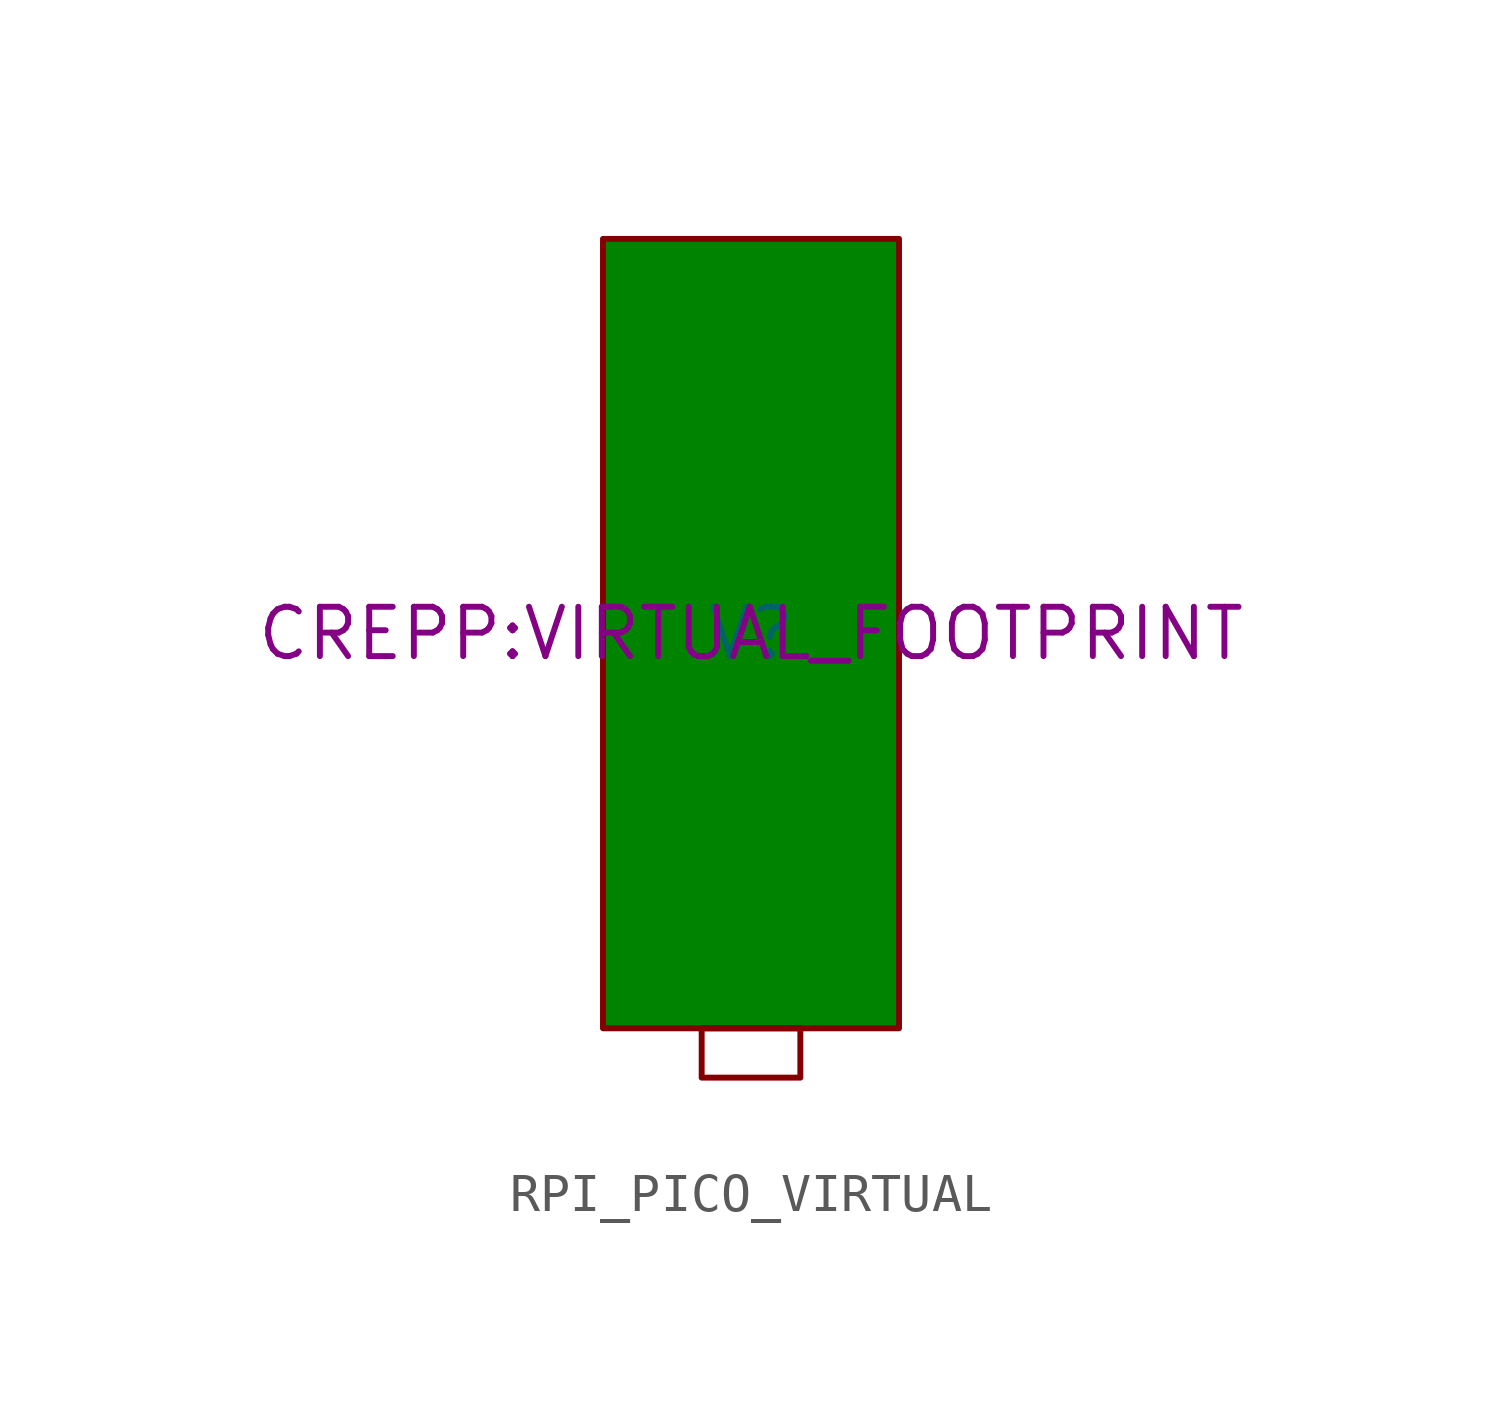
<source format=kicad_sym>
(kicad_symbol_lib
  (version 20231120)
  (generator "kicad_symbol_editor")
  (generator_version "8.0")
  (symbol "RPI_PICO_VIRTUAL"
    (pin_numbers hide)
    (pin_names hide)
    (property "Reference" "V"
      (at 0 0 0)
      (effects (font (size 1.27 1.27))))
    (property "Value" ""
      (at 0 0 0)
      (effects (font (size 1.27 1.27))))
    (property "Footprint" "CREPP:VIRTUAL_FOOTPRINT"
      (at 0 0 0)
      (effects (font (size 1.27 1.27))))
    (symbol "RPI_PICO_VIRTUAL_0_1"
      (rectangle (start -1.27 -10.16) (end 1.27 -11.43) (stroke (width 0) (type default)) (fill (type none))))
    (symbol "RPI_PICO_VIRTUAL_1_1"
      (rectangle (start -3.81 10.16) (end 3.81 -10.16) (stroke (width 0) (type default)) (fill (type color) (color 0 132 0 1))))))
</source>
